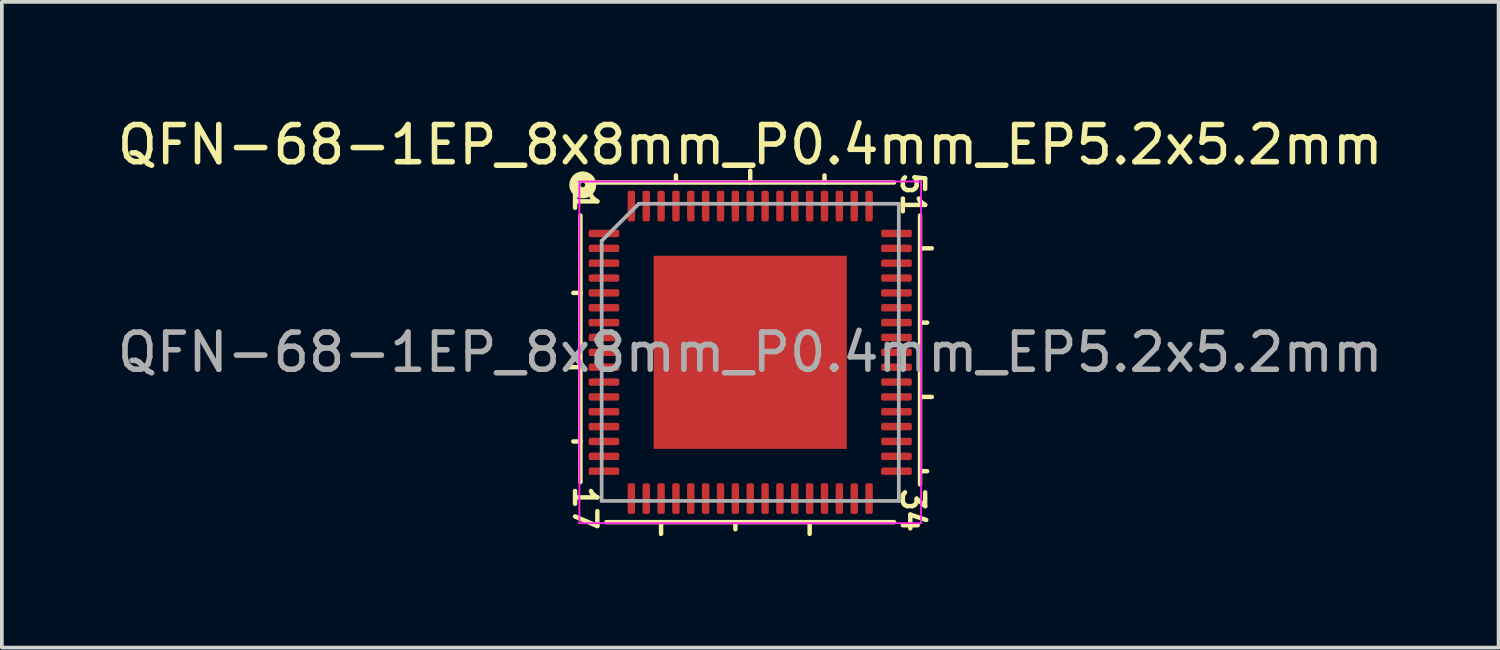
<source format=kicad_pcb>
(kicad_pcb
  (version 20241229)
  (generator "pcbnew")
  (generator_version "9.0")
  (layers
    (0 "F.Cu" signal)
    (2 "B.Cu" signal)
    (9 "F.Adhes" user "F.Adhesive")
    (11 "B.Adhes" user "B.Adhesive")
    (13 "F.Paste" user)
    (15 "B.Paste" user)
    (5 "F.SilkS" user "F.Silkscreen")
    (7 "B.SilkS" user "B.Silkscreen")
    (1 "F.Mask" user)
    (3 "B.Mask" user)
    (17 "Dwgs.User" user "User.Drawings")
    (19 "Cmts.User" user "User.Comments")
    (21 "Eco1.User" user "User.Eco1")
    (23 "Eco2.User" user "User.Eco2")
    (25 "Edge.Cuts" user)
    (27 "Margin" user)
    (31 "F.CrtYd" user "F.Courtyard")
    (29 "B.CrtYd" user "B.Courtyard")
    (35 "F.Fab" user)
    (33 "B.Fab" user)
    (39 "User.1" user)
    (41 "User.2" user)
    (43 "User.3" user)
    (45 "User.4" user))
  (footprint "QFN-68-1EP_8x8mm_P0.4mm_EP5.2x5.2mm"
    (layer "F.Cu")
    (at 17.149 6.436)
    (property "Reference" "QFN-68-1EP_8x8mm_P0.4mm_EP5.2x5.2mm" (at 0 -5.588 0) (layer "F.SilkS") (effects (font (size 1 1) (thickness 0.15))))
    (attr smd)
    (fp_line (start -4.572 -3.683) (end -4.572 3.493) (stroke (width 0.12) (type solid)) (layer "F.SilkS"))
    (fp_line (start -4.572 -1.6) (end -4.763 -1.6) (stroke (width 0.12) (type solid)) (layer "F.SilkS"))
    (fp_line (start -4.572 0.4) (end -4.889 0.4) (stroke (width 0.12) (type solid)) (layer "F.SilkS"))
    (fp_line (start -4.572 2.4) (end -4.763 2.4) (stroke (width 0.12) (type solid)) (layer "F.SilkS"))
    (fp_line (start -3.873 4.572) (end 3.873 4.572) (stroke (width 0.12) (type solid)) (layer "F.SilkS"))
    (fp_line (start -2.4 4.572) (end -2.4 4.889) (stroke (width 0.12) (type solid)) (layer "F.SilkS"))
    (fp_line (start -2 -4.572) (end -2 -4.763) (stroke (width 0.12) (type solid)) (layer "F.SilkS"))
    (fp_line (start -0.4 4.572) (end -0.4 4.763) (stroke (width 0.12) (type solid)) (layer "F.SilkS"))
    (fp_line (start 0 -4.572) (end 0 -4.889) (stroke (width 0.12) (type solid)) (layer "F.SilkS"))
    (fp_line (start 1.6 4.572) (end 1.6 4.889) (stroke (width 0.12) (type solid)) (layer "F.SilkS"))
    (fp_line (start 2 -4.572) (end 2 -4.763) (stroke (width 0.12) (type solid)) (layer "F.SilkS"))
    (fp_line (start 3.873 -4.572) (end -4.128 -4.572) (stroke (width 0.12) (type solid)) (layer "F.SilkS"))
    (fp_line (start 4.572 -2.8) (end 4.889 -2.8) (stroke (width 0.12) (type solid)) (layer "F.SilkS"))
    (fp_line (start 4.572 -0.8) (end 4.763 -0.8) (stroke (width 0.12) (type solid)) (layer "F.SilkS"))
    (fp_line (start 4.572 1.2) (end 4.889 1.2) (stroke (width 0.12) (type solid)) (layer "F.SilkS"))
    (fp_line (start 4.572 3.2) (end 4.763 3.2) (stroke (width 0.12) (type solid)) (layer "F.SilkS"))
    (fp_line (start 4.572 3.556) (end 4.572 -3.683) (stroke (width 0.12) (type solid)) (layer "F.SilkS"))
    (fp_circle (center -4.508 -4.508) (end -4.445 -4.508) (stroke (width 0.3) (type solid)) (fill no) (layer "F.SilkS"))
    (fp_line (start -4.6 -4.6) (end -4.6 4.6) (stroke (width 0.05) (type solid)) (layer "F.CrtYd"))
    (fp_line (start -4.6 4.6) (end 4.6 4.6) (stroke (width 0.05) (type solid)) (layer "F.CrtYd"))
    (fp_line (start 4.6 -4.6) (end -4.6 -4.6) (stroke (width 0.05) (type solid)) (layer "F.CrtYd"))
    (fp_line (start 4.6 4.6) (end 4.6 -4.6) (stroke (width 0.05) (type solid)) (layer "F.CrtYd"))
    (fp_line (start -4 -3) (end -3 -4) (stroke (width 0.1) (type solid)) (layer "F.Fab"))
    (fp_line (start -4 4) (end -4 -3) (stroke (width 0.1) (type solid)) (layer "F.Fab"))
    (fp_line (start -3 -4) (end 4 -4) (stroke (width 0.1) (type solid)) (layer "F.Fab"))
    (fp_line (start 4 -4) (end 4 4) (stroke (width 0.1) (type solid)) (layer "F.Fab"))
    (fp_line (start 4 4) (end -4 4) (stroke (width 0.1) (type solid)) (layer "F.Fab"))
    (fp_text user "34" (at 4.381 4.255 270) (unlocked yes) (layer "F.SilkS") (effects (font (size 0.6 0.6) (thickness 0.12))))
    (fp_text user "17" (at -4.445 4.191 270) (unlocked yes) (layer "F.SilkS") (effects (font (size 0.6 0.6) (thickness 0.12))))
    (fp_text user "1" (at -4.445 -4.064 270) (unlocked yes) (layer "F.SilkS") (effects (font (size 0.6 0.6) (thickness 0.12))))
    (fp_text user "51" (at 4.381 -4.255 270) (unlocked yes) (layer "F.SilkS") (effects (font (size 0.6 0.6) (thickness 0.12))))
    (fp_text user "${REFERENCE}" (at 0 0 0) (layer "F.Fab") (effects (font (size 1 1) (thickness 0.15))))
    (pad "" smd roundrect (at -1.95 -1.95) (size 1.05 1.05) (layers "F.Paste") (roundrect_rratio 0.238))
    (pad "" smd roundrect (at -1.95 -0.65) (size 1.05 1.05) (layers "F.Paste") (roundrect_rratio 0.238))
    (pad "" smd roundrect (at -1.95 0.65) (size 1.05 1.05) (layers "F.Paste") (roundrect_rratio 0.238))
    (pad "" smd roundrect (at -1.95 1.95) (size 1.05 1.05) (layers "F.Paste") (roundrect_rratio 0.238))
    (pad "" smd roundrect (at -0.65 -1.95) (size 1.05 1.05) (layers "F.Paste") (roundrect_rratio 0.238))
    (pad "" smd roundrect (at -0.65 -0.65) (size 1.05 1.05) (layers "F.Paste") (roundrect_rratio 0.238))
    (pad "" smd roundrect (at -0.65 0.65) (size 1.05 1.05) (layers "F.Paste") (roundrect_rratio 0.238))
    (pad "" smd roundrect (at -0.65 1.95) (size 1.05 1.05) (layers "F.Paste") (roundrect_rratio 0.238))
    (pad "" smd roundrect (at 0.65 -1.95) (size 1.05 1.05) (layers "F.Paste") (roundrect_rratio 0.238))
    (pad "" smd roundrect (at 0.65 -0.65) (size 1.05 1.05) (layers "F.Paste") (roundrect_rratio 0.238))
    (pad "" smd roundrect (at 0.65 0.65) (size 1.05 1.05) (layers "F.Paste") (roundrect_rratio 0.238))
    (pad "" smd roundrect (at 0.65 1.95) (size 1.05 1.05) (layers "F.Paste") (roundrect_rratio 0.238))
    (pad "" smd roundrect (at 1.95 -1.95) (size 1.05 1.05) (layers "F.Paste") (roundrect_rratio 0.238))
    (pad "" smd roundrect (at 1.95 -0.65) (size 1.05 1.05) (layers "F.Paste") (roundrect_rratio 0.238))
    (pad "" smd roundrect (at 1.95 0.65) (size 1.05 1.05) (layers "F.Paste") (roundrect_rratio 0.238))
    (pad "" smd roundrect (at 1.95 1.95) (size 1.05 1.05) (layers "F.Paste") (roundrect_rratio 0.238))
    (pad "1" smd roundrect (at -3.938 -3.2) (size 0.825 0.2) (layers "F.Cu" "F.Mask" "F.Paste") (roundrect_rratio 0.25))
    (pad "2" smd roundrect (at -3.938 -2.8) (size 0.825 0.2) (layers "F.Cu" "F.Mask" "F.Paste") (roundrect_rratio 0.25))
    (pad "3" smd roundrect (at -3.938 -2.4) (size 0.825 0.2) (layers "F.Cu" "F.Mask" "F.Paste") (roundrect_rratio 0.25))
    (pad "4" smd roundrect (at -3.938 -2) (size 0.825 0.2) (layers "F.Cu" "F.Mask" "F.Paste") (roundrect_rratio 0.25))
    (pad "5" smd roundrect (at -3.938 -1.6) (size 0.825 0.2) (layers "F.Cu" "F.Mask" "F.Paste") (roundrect_rratio 0.25))
    (pad "6" smd roundrect (at -3.938 -1.2) (size 0.825 0.2) (layers "F.Cu" "F.Mask" "F.Paste") (roundrect_rratio 0.25))
    (pad "7" smd roundrect (at -3.938 -0.8) (size 0.825 0.2) (layers "F.Cu" "F.Mask" "F.Paste") (roundrect_rratio 0.25))
    (pad "8" smd roundrect (at -3.938 -0.4) (size 0.825 0.2) (layers "F.Cu" "F.Mask" "F.Paste") (roundrect_rratio 0.25))
    (pad "9" smd roundrect (at -3.938 0) (size 0.825 0.2) (layers "F.Cu" "F.Mask" "F.Paste") (roundrect_rratio 0.25))
    (pad "10" smd roundrect (at -3.938 0.4) (size 0.825 0.2) (layers "F.Cu" "F.Mask" "F.Paste") (roundrect_rratio 0.25))
    (pad "11" smd roundrect (at -3.938 0.8) (size 0.825 0.2) (layers "F.Cu" "F.Mask" "F.Paste") (roundrect_rratio 0.25))
    (pad "12" smd roundrect (at -3.938 1.2) (size 0.825 0.2) (layers "F.Cu" "F.Mask" "F.Paste") (roundrect_rratio 0.25))
    (pad "13" smd roundrect (at -3.938 1.6) (size 0.825 0.2) (layers "F.Cu" "F.Mask" "F.Paste") (roundrect_rratio 0.25))
    (pad "14" smd roundrect (at -3.938 2) (size 0.825 0.2) (layers "F.Cu" "F.Mask" "F.Paste") (roundrect_rratio 0.25))
    (pad "15" smd roundrect (at -3.938 2.4) (size 0.825 0.2) (layers "F.Cu" "F.Mask" "F.Paste") (roundrect_rratio 0.25))
    (pad "16" smd roundrect (at -3.938 2.8) (size 0.825 0.2) (layers "F.Cu" "F.Mask" "F.Paste") (roundrect_rratio 0.25))
    (pad "17" smd roundrect (at -3.938 3.2) (size 0.825 0.2) (layers "F.Cu" "F.Mask" "F.Paste") (roundrect_rratio 0.25))
    (pad "18" smd roundrect (at -3.2 3.938) (size 0.2 0.825) (layers "F.Cu" "F.Mask" "F.Paste") (roundrect_rratio 0.25))
    (pad "19" smd roundrect (at -2.8 3.938) (size 0.2 0.825) (layers "F.Cu" "F.Mask" "F.Paste") (roundrect_rratio 0.25))
    (pad "20" smd roundrect (at -2.4 3.938) (size 0.2 0.825) (layers "F.Cu" "F.Mask" "F.Paste") (roundrect_rratio 0.25))
    (pad "21" smd roundrect (at -2 3.938) (size 0.2 0.825) (layers "F.Cu" "F.Mask" "F.Paste") (roundrect_rratio 0.25))
    (pad "22" smd roundrect (at -1.6 3.938) (size 0.2 0.825) (layers "F.Cu" "F.Mask" "F.Paste") (roundrect_rratio 0.25))
    (pad "23" smd roundrect (at -1.2 3.938) (size 0.2 0.825) (layers "F.Cu" "F.Mask" "F.Paste") (roundrect_rratio 0.25))
    (pad "24" smd roundrect (at -0.8 3.938) (size 0.2 0.825) (layers "F.Cu" "F.Mask" "F.Paste") (roundrect_rratio 0.25))
    (pad "25" smd roundrect (at -0.4 3.938) (size 0.2 0.825) (layers "F.Cu" "F.Mask" "F.Paste") (roundrect_rratio 0.25))
    (pad "26" smd roundrect (at 0 3.938) (size 0.2 0.825) (layers "F.Cu" "F.Mask" "F.Paste") (roundrect_rratio 0.25))
    (pad "27" smd roundrect (at 0.4 3.938) (size 0.2 0.825) (layers "F.Cu" "F.Mask" "F.Paste") (roundrect_rratio 0.25))
    (pad "28" smd roundrect (at 0.8 3.938) (size 0.2 0.825) (layers "F.Cu" "F.Mask" "F.Paste") (roundrect_rratio 0.25))
    (pad "29" smd roundrect (at 1.2 3.938) (size 0.2 0.825) (layers "F.Cu" "F.Mask" "F.Paste") (roundrect_rratio 0.25))
    (pad "30" smd roundrect (at 1.6 3.938) (size 0.2 0.825) (layers "F.Cu" "F.Mask" "F.Paste") (roundrect_rratio 0.25))
    (pad "31" smd roundrect (at 2 3.938) (size 0.2 0.825) (layers "F.Cu" "F.Mask" "F.Paste") (roundrect_rratio 0.25))
    (pad "32" smd roundrect (at 2.4 3.938) (size 0.2 0.825) (layers "F.Cu" "F.Mask" "F.Paste") (roundrect_rratio 0.25))
    (pad "33" smd roundrect (at 2.8 3.938) (size 0.2 0.825) (layers "F.Cu" "F.Mask" "F.Paste") (roundrect_rratio 0.25))
    (pad "34" smd roundrect (at 3.2 3.938) (size 0.2 0.825) (layers "F.Cu" "F.Mask" "F.Paste") (roundrect_rratio 0.25))
    (pad "35" smd roundrect (at 3.938 3.2) (size 0.825 0.2) (layers "F.Cu" "F.Mask" "F.Paste") (roundrect_rratio 0.25))
    (pad "36" smd roundrect (at 3.938 2.8) (size 0.825 0.2) (layers "F.Cu" "F.Mask" "F.Paste") (roundrect_rratio 0.25))
    (pad "37" smd roundrect (at 3.938 2.4) (size 0.825 0.2) (layers "F.Cu" "F.Mask" "F.Paste") (roundrect_rratio 0.25))
    (pad "38" smd roundrect (at 3.938 2) (size 0.825 0.2) (layers "F.Cu" "F.Mask" "F.Paste") (roundrect_rratio 0.25))
    (pad "39" smd roundrect (at 3.938 1.6) (size 0.825 0.2) (layers "F.Cu" "F.Mask" "F.Paste") (roundrect_rratio 0.25))
    (pad "40" smd roundrect (at 3.938 1.2) (size 0.825 0.2) (layers "F.Cu" "F.Mask" "F.Paste") (roundrect_rratio 0.25))
    (pad "41" smd roundrect (at 3.938 0.8) (size 0.825 0.2) (layers "F.Cu" "F.Mask" "F.Paste") (roundrect_rratio 0.25))
    (pad "42" smd roundrect (at 3.938 0.4) (size 0.825 0.2) (layers "F.Cu" "F.Mask" "F.Paste") (roundrect_rratio 0.25))
    (pad "43" smd roundrect (at 3.938 0) (size 0.825 0.2) (layers "F.Cu" "F.Mask" "F.Paste") (roundrect_rratio 0.25))
    (pad "44" smd roundrect (at 3.938 -0.4) (size 0.825 0.2) (layers "F.Cu" "F.Mask" "F.Paste") (roundrect_rratio 0.25))
    (pad "45" smd roundrect (at 3.938 -0.8) (size 0.825 0.2) (layers "F.Cu" "F.Mask" "F.Paste") (roundrect_rratio 0.25))
    (pad "46" smd roundrect (at 3.938 -1.2) (size 0.825 0.2) (layers "F.Cu" "F.Mask" "F.Paste") (roundrect_rratio 0.25))
    (pad "47" smd roundrect (at 3.938 -1.6) (size 0.825 0.2) (layers "F.Cu" "F.Mask" "F.Paste") (roundrect_rratio 0.25))
    (pad "48" smd roundrect (at 3.938 -2) (size 0.825 0.2) (layers "F.Cu" "F.Mask" "F.Paste") (roundrect_rratio 0.25))
    (pad "49" smd roundrect (at 3.938 -2.4) (size 0.825 0.2) (layers "F.Cu" "F.Mask" "F.Paste") (roundrect_rratio 0.25))
    (pad "50" smd roundrect (at 3.938 -2.8) (size 0.825 0.2) (layers "F.Cu" "F.Mask" "F.Paste") (roundrect_rratio 0.25))
    (pad "51" smd roundrect (at 3.938 -3.2) (size 0.825 0.2) (layers "F.Cu" "F.Mask" "F.Paste") (roundrect_rratio 0.25))
    (pad "52" smd roundrect (at 3.2 -3.938) (size 0.2 0.825) (layers "F.Cu" "F.Mask" "F.Paste") (roundrect_rratio 0.25))
    (pad "53" smd roundrect (at 2.8 -3.938) (size 0.2 0.825) (layers "F.Cu" "F.Mask" "F.Paste") (roundrect_rratio 0.25))
    (pad "54" smd roundrect (at 2.4 -3.938) (size 0.2 0.825) (layers "F.Cu" "F.Mask" "F.Paste") (roundrect_rratio 0.25))
    (pad "55" smd roundrect (at 2 -3.938) (size 0.2 0.825) (layers "F.Cu" "F.Mask" "F.Paste") (roundrect_rratio 0.25))
    (pad "56" smd roundrect (at 1.6 -3.938) (size 0.2 0.825) (layers "F.Cu" "F.Mask" "F.Paste") (roundrect_rratio 0.25))
    (pad "57" smd roundrect (at 1.2 -3.938) (size 0.2 0.825) (layers "F.Cu" "F.Mask" "F.Paste") (roundrect_rratio 0.25))
    (pad "58" smd roundrect (at 0.8 -3.938) (size 0.2 0.825) (layers "F.Cu" "F.Mask" "F.Paste") (roundrect_rratio 0.25))
    (pad "59" smd roundrect (at 0.4 -3.938) (size 0.2 0.825) (layers "F.Cu" "F.Mask" "F.Paste") (roundrect_rratio 0.25))
    (pad "60" smd roundrect (at 0 -3.938) (size 0.2 0.825) (layers "F.Cu" "F.Mask" "F.Paste") (roundrect_rratio 0.25))
    (pad "61" smd roundrect (at -0.4 -3.938) (size 0.2 0.825) (layers "F.Cu" "F.Mask" "F.Paste") (roundrect_rratio 0.25))
    (pad "62" smd roundrect (at -0.8 -3.938) (size 0.2 0.825) (layers "F.Cu" "F.Mask" "F.Paste") (roundrect_rratio 0.25))
    (pad "63" smd roundrect (at -1.2 -3.938) (size 0.2 0.825) (layers "F.Cu" "F.Mask" "F.Paste") (roundrect_rratio 0.25))
    (pad "64" smd roundrect (at -1.6 -3.938) (size 0.2 0.825) (layers "F.Cu" "F.Mask" "F.Paste") (roundrect_rratio 0.25))
    (pad "65" smd roundrect (at -2 -3.938) (size 0.2 0.825) (layers "F.Cu" "F.Mask" "F.Paste") (roundrect_rratio 0.25))
    (pad "66" smd roundrect (at -2.4 -3.938) (size 0.2 0.825) (layers "F.Cu" "F.Mask" "F.Paste") (roundrect_rratio 0.25))
    (pad "67" smd roundrect (at -2.8 -3.938) (size 0.2 0.825) (layers "F.Cu" "F.Mask" "F.Paste") (roundrect_rratio 0.25))
    (pad "68" smd roundrect (at -3.2 -3.938) (size 0.2 0.825) (layers "F.Cu" "F.Mask" "F.Paste") (roundrect_rratio 0.25))
    (pad "69" smd rect (at 0 0) (size 5.2 5.2) (layers "F.Cu" "F.Mask")))
  (gr_rect
    (start -3 -3)
    (end 37.298 14.386)
    (stroke (width 0.1) (type default))
    (fill no)
    (layer "Edge.Cuts")))
</source>
